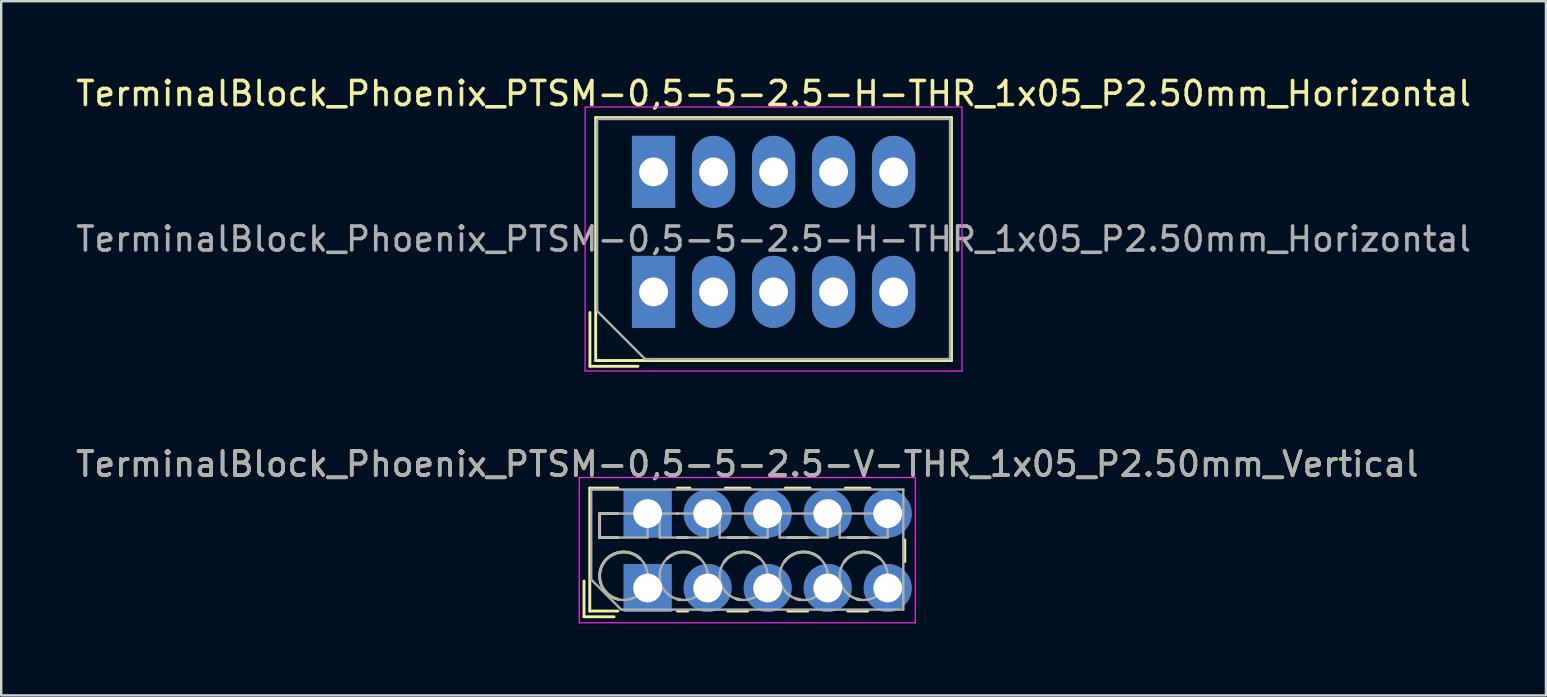
<source format=kicad_pcb>
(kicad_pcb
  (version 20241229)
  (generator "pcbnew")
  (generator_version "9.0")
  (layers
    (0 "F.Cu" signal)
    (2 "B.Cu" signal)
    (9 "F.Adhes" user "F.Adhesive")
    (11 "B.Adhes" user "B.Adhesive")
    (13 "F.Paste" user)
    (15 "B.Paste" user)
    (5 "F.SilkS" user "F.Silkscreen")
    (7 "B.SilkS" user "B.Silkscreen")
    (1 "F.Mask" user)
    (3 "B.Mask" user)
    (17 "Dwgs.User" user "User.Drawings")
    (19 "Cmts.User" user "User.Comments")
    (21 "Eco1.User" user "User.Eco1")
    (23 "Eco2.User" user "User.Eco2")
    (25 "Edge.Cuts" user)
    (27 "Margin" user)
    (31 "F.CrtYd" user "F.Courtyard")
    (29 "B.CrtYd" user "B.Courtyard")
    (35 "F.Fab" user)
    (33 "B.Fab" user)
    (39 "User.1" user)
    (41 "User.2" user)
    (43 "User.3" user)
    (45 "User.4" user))
  (footprint "TerminalBlock_Phoenix_PTSM-0,5-5-2.5-V-THR_1x05_P2.50mm_Vertical"
    (layer "F.Cu")
    (at 23.927 21.442)
    (property "Reference" "TerminalBlock_Phoenix_PTSM-0,5-5-2.5-V-THR_1x05_P2.50mm_Vertical" (at 4.15 -5.16 0) (layer "F.SilkS") (effects (font (size 1 1) (thickness 0.15))))
    (attr through_hole)
    (fp_line (start -2.65 -0.29) (end -2.65 1.2) (stroke (width 0.12) (type solid)) (layer "F.SilkS"))
    (fp_line (start -2.65 1.2) (end -1.4 1.2) (stroke (width 0.12) (type solid)) (layer "F.SilkS"))
    (fp_line (start -2.41 -4.16) (end -2.41 0.961) (stroke (width 0.12) (type solid)) (layer "F.SilkS"))
    (fp_line (start -2.41 -4.16) (end -1.24 -4.16) (stroke (width 0.12) (type solid)) (layer "F.SilkS"))
    (fp_line (start -2.41 0.961) (end -1.24 0.961) (stroke (width 0.12) (type solid)) (layer "F.SilkS"))
    (fp_line (start -2 -3.1) (end -2 -2.1) (stroke (width 0.12) (type solid)) (layer "F.SilkS"))
    (fp_line (start -2 -3.1) (end -1.24 -3.1) (stroke (width 0.12) (type solid)) (layer "F.SilkS"))
    (fp_line (start -2 -2.1) (end -1.24 -2.1) (stroke (width 0.12) (type solid)) (layer "F.SilkS"))
    (fp_line (start 1.24 -4.16) (end 1.763 -4.16) (stroke (width 0.12) (type solid)) (layer "F.SilkS"))
    (fp_line (start 1.24 -3.1) (end 1.245 -3.1) (stroke (width 0.12) (type solid)) (layer "F.SilkS"))
    (fp_line (start 1.24 -2.1) (end 1.665 -2.1) (stroke (width 0.12) (type solid)) (layer "F.SilkS"))
    (fp_line (start 1.24 0.961) (end 1.665 0.961) (stroke (width 0.12) (type solid)) (layer "F.SilkS"))
    (fp_line (start 3.238 -4.16) (end 4.263 -4.16) (stroke (width 0.12) (type solid)) (layer "F.SilkS"))
    (fp_line (start 3.336 -2.1) (end 4.165 -2.1) (stroke (width 0.12) (type solid)) (layer "F.SilkS"))
    (fp_line (start 3.336 0.961) (end 4.165 0.961) (stroke (width 0.12) (type solid)) (layer "F.SilkS"))
    (fp_line (start 5.738 -4.16) (end 6.763 -4.16) (stroke (width 0.12) (type solid)) (layer "F.SilkS"))
    (fp_line (start 5.836 -2.1) (end 6.665 -2.1) (stroke (width 0.12) (type solid)) (layer "F.SilkS"))
    (fp_line (start 5.836 0.961) (end 6.665 0.961) (stroke (width 0.12) (type solid)) (layer "F.SilkS"))
    (fp_line (start 8.238 -4.16) (end 9.263 -4.16) (stroke (width 0.12) (type solid)) (layer "F.SilkS"))
    (fp_line (start 8.336 -2.1) (end 9.165 -2.1) (stroke (width 0.12) (type solid)) (layer "F.SilkS"))
    (fp_line (start 8.336 0.961) (end 9.165 0.961) (stroke (width 0.12) (type solid)) (layer "F.SilkS"))
    (fp_line (start 10.71 -2) (end 10.71 -1.1) (stroke (width 0.12) (type solid)) (layer "F.SilkS"))
    (fp_arc (start -1.224629 0.474931) (mid -1.883573 -0.969306) (end -0.318 -1.232) (stroke (width 0.12) (type solid)) (layer "F.SilkS"))
    (fp_arc (start 0.817811 -1.23232) (mid 1.483053 -1.500693) (end 2.157 -1.255) (stroke (width 0.12) (type solid)) (layer "F.SilkS"))
    (fp_arc (start 1.344288 0.488343) (mid 1.284242 0.476994) (end 1.225 0.462) (stroke (width 0.12) (type solid)) (layer "F.SilkS"))
    (fp_arc (start 3.190612 -1.088697) (mid 3.887218 -1.494461) (end 4.657 -1.255) (stroke (width 0.12) (type solid)) (layer "F.SilkS"))
    (fp_arc (start 3.84373 0.488618) (mid 3.766646 0.47331) (end 3.691 0.452) (stroke (width 0.12) (type solid)) (layer "F.SilkS"))
    (fp_arc (start 5.690612 -1.088697) (mid 6.387218 -1.494461) (end 7.157 -1.255) (stroke (width 0.12) (type solid)) (layer "F.SilkS"))
    (fp_arc (start 6.34373 0.488618) (mid 6.266646 0.47331) (end 6.191 0.452) (stroke (width 0.12) (type solid)) (layer "F.SilkS"))
    (fp_arc (start 8.190612 -1.088697) (mid 8.887218 -1.494461) (end 9.657 -1.255) (stroke (width 0.12) (type solid)) (layer "F.SilkS"))
    (fp_arc (start 8.84373 0.488618) (mid 8.766646 0.47331) (end 8.691 0.452) (stroke (width 0.12) (type solid)) (layer "F.SilkS"))
    (fp_line (start -2.85 -4.6) (end -2.85 1.45) (stroke (width 0.05) (type solid)) (layer "F.CrtYd"))
    (fp_line (start -2.85 1.45) (end 11.15 1.45) (stroke (width 0.05) (type solid)) (layer "F.CrtYd"))
    (fp_line (start 11.15 -4.6) (end -2.85 -4.6) (stroke (width 0.05) (type solid)) (layer "F.CrtYd"))
    (fp_line (start 11.15 1.45) (end 11.15 -4.6) (stroke (width 0.05) (type solid)) (layer "F.CrtYd"))
    (fp_line (start -2.35 -4.1) (end 10.65 -4.1) (stroke (width 0.1) (type solid)) (layer "F.Fab"))
    (fp_line (start -2.35 -0.35) (end -2.35 -4.1) (stroke (width 0.1) (type solid)) (layer "F.Fab"))
    (fp_line (start -2 -3.1) (end -2 -2.1) (stroke (width 0.1) (type solid)) (layer "F.Fab"))
    (fp_line (start -2 -2.1) (end 0 -2.1) (stroke (width 0.1) (type solid)) (layer "F.Fab"))
    (fp_line (start -1.1 0.9) (end -2.35 -0.35) (stroke (width 0.1) (type solid)) (layer "F.Fab"))
    (fp_line (start 0 -3.1) (end -2 -3.1) (stroke (width 0.1) (type solid)) (layer "F.Fab"))
    (fp_line (start 0 -2.1) (end 0 -3.1) (stroke (width 0.1) (type solid)) (layer "F.Fab"))
    (fp_line (start 0.5 -3.1) (end 0.5 -2.1) (stroke (width 0.1) (type solid)) (layer "F.Fab"))
    (fp_line (start 0.5 -2.1) (end 2.5 -2.1) (stroke (width 0.1) (type solid)) (layer "F.Fab"))
    (fp_line (start 2.5 -3.1) (end 0.5 -3.1) (stroke (width 0.1) (type solid)) (layer "F.Fab"))
    (fp_line (start 2.5 -2.1) (end 2.5 -3.1) (stroke (width 0.1) (type solid)) (layer "F.Fab"))
    (fp_line (start 3 -3.1) (end 3 -2.1) (stroke (width 0.1) (type solid)) (layer "F.Fab"))
    (fp_line (start 3 -2.1) (end 5 -2.1) (stroke (width 0.1) (type solid)) (layer "F.Fab"))
    (fp_line (start 5 -3.1) (end 3 -3.1) (stroke (width 0.1) (type solid)) (layer "F.Fab"))
    (fp_line (start 5 -2.1) (end 5 -3.1) (stroke (width 0.1) (type solid)) (layer "F.Fab"))
    (fp_line (start 5.5 -3.1) (end 5.5 -2.1) (stroke (width 0.1) (type solid)) (layer "F.Fab"))
    (fp_line (start 5.5 -2.1) (end 7.5 -2.1) (stroke (width 0.1) (type solid)) (layer "F.Fab"))
    (fp_line (start 7.5 -3.1) (end 5.5 -3.1) (stroke (width 0.1) (type solid)) (layer "F.Fab"))
    (fp_line (start 7.5 -2.1) (end 7.5 -3.1) (stroke (width 0.1) (type solid)) (layer "F.Fab"))
    (fp_line (start 8 -3.1) (end 8 -2.1) (stroke (width 0.1) (type solid)) (layer "F.Fab"))
    (fp_line (start 8 -2.1) (end 10 -2.1) (stroke (width 0.1) (type solid)) (layer "F.Fab"))
    (fp_line (start 10 -3.1) (end 8 -3.1) (stroke (width 0.1) (type solid)) (layer "F.Fab"))
    (fp_line (start 10 -2.1) (end 10 -3.1) (stroke (width 0.1) (type solid)) (layer "F.Fab"))
    (fp_line (start 10.65 -4.1) (end 10.65 0.9) (stroke (width 0.1) (type solid)) (layer "F.Fab"))
    (fp_line (start 10.65 0.9) (end -1.1 0.9) (stroke (width 0.1) (type solid)) (layer "F.Fab"))
    (fp_circle (center -1 -0.5) (end 0 -0.5) (stroke (width 0.1) (type solid)) (fill no) (layer "F.Fab"))
    (fp_circle (center 1.5 -0.5) (end 2.5 -0.5) (stroke (width 0.1) (type solid)) (fill no) (layer "F.Fab"))
    (fp_circle (center 4 -0.5) (end 5 -0.5) (stroke (width 0.1) (type solid)) (fill no) (layer "F.Fab"))
    (fp_circle (center 6.5 -0.5) (end 7.5 -0.5) (stroke (width 0.1) (type solid)) (fill no) (layer "F.Fab"))
    (fp_circle (center 9 -0.5) (end 10 -0.5) (stroke (width 0.1) (type solid)) (fill no) (layer "F.Fab"))
    (fp_text user "${REFERENCE}" (at 4.15 -5.16 0) (layer "F.Fab") (effects (font (size 1 1) (thickness 0.15))))
    (pad "1" thru_hole rect (at 0 -3.1) (size 2 2) (drill 1.2) (layers "*.Cu" "*.Mask"))
    (pad "1" thru_hole rect (at 0 0) (size 2 2) (drill 1.2) (layers "*.Cu" "*.Mask"))
    (pad "2" thru_hole circle (at 2.5 -3.1) (size 2 2) (drill 1.2) (layers "*.Cu" "*.Mask"))
    (pad "2" thru_hole circle (at 2.5 0) (size 2 2) (drill 1.2) (layers "*.Cu" "*.Mask"))
    (pad "3" thru_hole circle (at 5 -3.1) (size 2 2) (drill 1.2) (layers "*.Cu" "*.Mask"))
    (pad "3" thru_hole circle (at 5 0) (size 2 2) (drill 1.2) (layers "*.Cu" "*.Mask"))
    (pad "4" thru_hole circle (at 7.5 -3.1) (size 2 2) (drill 1.2) (layers "*.Cu" "*.Mask"))
    (pad "4" thru_hole circle (at 7.5 0) (size 2 2) (drill 1.2) (layers "*.Cu" "*.Mask"))
    (pad "5" thru_hole circle (at 10 -3.1) (size 2 2) (drill 1.2) (layers "*.Cu" "*.Mask"))
    (pad "5" thru_hole circle (at 10 0) (size 2 2) (drill 1.2) (layers "*.Cu" "*.Mask")))
  (footprint "TerminalBlock_Phoenix_PTSM-0,5-5-2.5-H-THR_1x05_P2.50mm_Horizontal"
    (layer "F.Cu")
    (at 24.173 9.108)
    (property "Reference" "TerminalBlock_Phoenix_PTSM-0,5-5-2.5-H-THR_1x05_P2.50mm_Horizontal" (at 5 -8.26 0) (layer "F.SilkS") (effects (font (size 1 1) (thickness 0.15))))
    (attr through_hole)
    (fp_line (start -2.65 0.86) (end -2.65 3.1) (stroke (width 0.12) (type solid)) (layer "F.SilkS"))
    (fp_line (start -2.65 3.1) (end -0.65 3.1) (stroke (width 0.12) (type solid)) (layer "F.SilkS"))
    (fp_line (start -2.41 -7.26) (end -2.41 2.86) (stroke (width 0.12) (type solid)) (layer "F.SilkS"))
    (fp_line (start -2.41 -7.26) (end 12.41 -7.26) (stroke (width 0.12) (type solid)) (layer "F.SilkS"))
    (fp_line (start -2.41 2.86) (end 12.41 2.86) (stroke (width 0.12) (type solid)) (layer "F.SilkS"))
    (fp_line (start 12.41 -7.26) (end 12.41 2.86) (stroke (width 0.12) (type solid)) (layer "F.SilkS"))
    (fp_line (start -2.85 -7.7) (end -2.85 3.3) (stroke (width 0.05) (type solid)) (layer "F.CrtYd"))
    (fp_line (start -2.85 3.3) (end 12.85 3.3) (stroke (width 0.05) (type solid)) (layer "F.CrtYd"))
    (fp_line (start 12.85 -7.7) (end -2.85 -7.7) (stroke (width 0.05) (type solid)) (layer "F.CrtYd"))
    (fp_line (start 12.85 3.3) (end 12.85 -7.7) (stroke (width 0.05) (type solid)) (layer "F.CrtYd"))
    (fp_line (start -2.35 -7.2) (end 12.35 -7.2) (stroke (width 0.1) (type solid)) (layer "F.Fab"))
    (fp_line (start -2.35 0.8) (end -2.35 -7.2) (stroke (width 0.1) (type solid)) (layer "F.Fab"))
    (fp_line (start -0.35 2.8) (end -2.35 0.8) (stroke (width 0.1) (type solid)) (layer "F.Fab"))
    (fp_line (start 12.35 -7.2) (end 12.35 2.8) (stroke (width 0.1) (type solid)) (layer "F.Fab"))
    (fp_line (start 12.35 2.8) (end -0.35 2.8) (stroke (width 0.1) (type solid)) (layer "F.Fab"))
    (fp_text user "${REFERENCE}" (at 5 -2.2 0) (layer "F.Fab") (effects (font (size 1 1) (thickness 0.15))))
    (pad "1" thru_hole rect (at 0 -5) (size 1.8 3) (drill 1.2) (layers "*.Cu" "*.Mask"))
    (pad "1" thru_hole rect (at 0 0) (size 1.8 3) (drill 1.2) (layers "*.Cu" "*.Mask"))
    (pad "2" thru_hole oval (at 2.5 -5) (size 1.8 3) (drill 1.2) (layers "*.Cu" "*.Mask"))
    (pad "2" thru_hole oval (at 2.5 0) (size 1.8 3) (drill 1.2) (layers "*.Cu" "*.Mask"))
    (pad "3" thru_hole oval (at 5 -5) (size 1.8 3) (drill 1.2) (layers "*.Cu" "*.Mask"))
    (pad "3" thru_hole oval (at 5 0) (size 1.8 3) (drill 1.2) (layers "*.Cu" "*.Mask"))
    (pad "4" thru_hole oval (at 7.5 -5) (size 1.8 3) (drill 1.2) (layers "*.Cu" "*.Mask"))
    (pad "4" thru_hole oval (at 7.5 0) (size 1.8 3) (drill 1.2) (layers "*.Cu" "*.Mask"))
    (pad "5" thru_hole oval (at 10 -5) (size 1.8 3) (drill 1.2) (layers "*.Cu" "*.Mask"))
    (pad "5" thru_hole oval (at 10 0) (size 1.8 3) (drill 1.2) (layers "*.Cu" "*.Mask")))
  (gr_rect
    (start -3 -3)
    (end 61.345 25.916)
    (stroke (width 0.1) (type default))
    (fill no)
    (layer "Edge.Cuts")))
</source>
